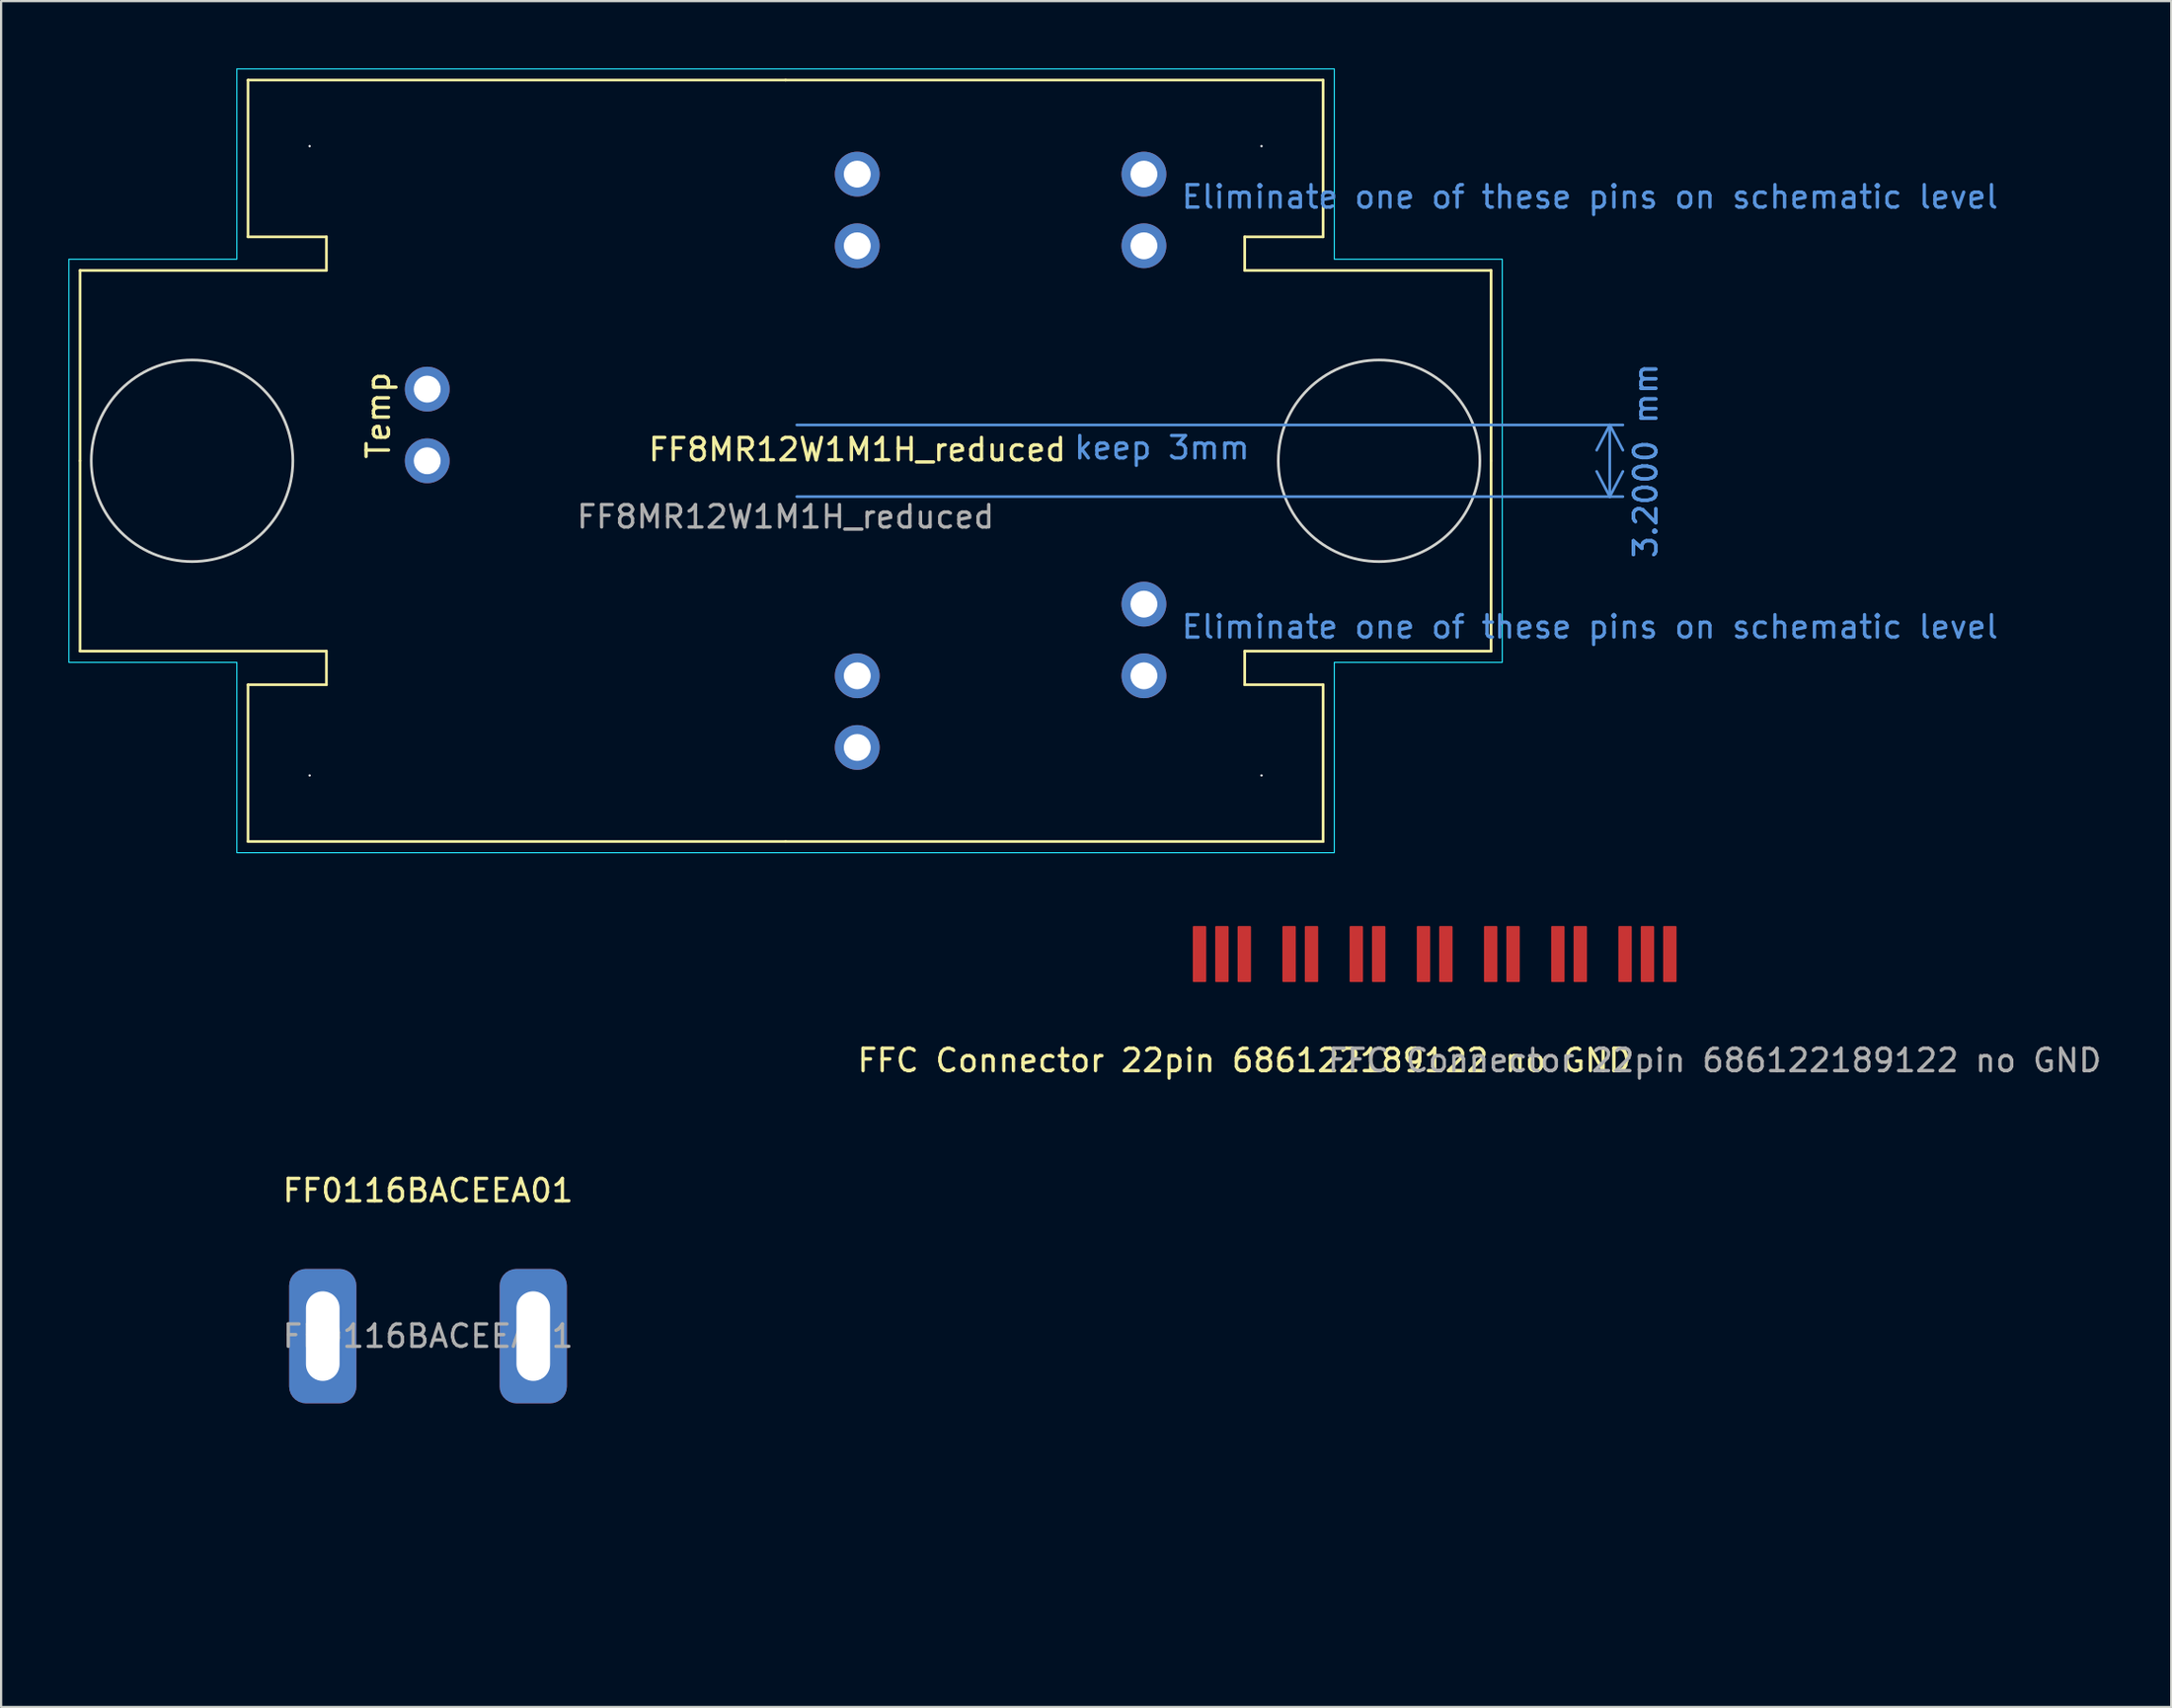
<source format=kicad_pcb>
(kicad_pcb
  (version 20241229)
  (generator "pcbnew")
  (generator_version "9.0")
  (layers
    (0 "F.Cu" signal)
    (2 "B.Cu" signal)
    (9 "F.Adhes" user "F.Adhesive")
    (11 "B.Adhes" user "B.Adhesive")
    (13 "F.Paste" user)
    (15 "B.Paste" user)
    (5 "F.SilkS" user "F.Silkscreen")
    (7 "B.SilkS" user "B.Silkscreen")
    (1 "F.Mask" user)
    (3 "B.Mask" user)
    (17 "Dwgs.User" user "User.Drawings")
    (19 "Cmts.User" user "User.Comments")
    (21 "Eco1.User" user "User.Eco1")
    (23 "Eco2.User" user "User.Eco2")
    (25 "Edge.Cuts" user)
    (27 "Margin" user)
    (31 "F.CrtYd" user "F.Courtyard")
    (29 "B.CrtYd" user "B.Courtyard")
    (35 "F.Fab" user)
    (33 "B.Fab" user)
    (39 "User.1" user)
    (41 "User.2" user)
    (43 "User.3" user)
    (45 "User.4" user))
  (footprint "FFC Connector 22pin 686122189122 no GND"
    (layer "F.Cu")
    (at 49.507 38.3)
    (property "Reference" "FFC Connector 22pin 686122189122 no GND" (at 3 6 0) (unlocked yes) (layer "F.SilkS") (effects (font (size 1 1) (thickness 0.15))))
    (attr smd)
    (fp_line (start 0 0) (end 0 10) (stroke (width 0.12) (type solid)) (layer "User.1"))
    (fp_line (start 0 0) (end 23 0) (stroke (width 0.12) (type solid)) (layer "User.1"))
    (fp_line (start 23 0) (end 23 10) (stroke (width 0.12) (type solid)) (layer "User.1"))
    (fp_rect (start 0 0) (end 23 4.5) (stroke (width 0.12) (type solid)) (fill no) (layer "User.2"))
    (fp_text user "${REFERENCE}" (at 24 6 0) (unlocked yes) (layer "F.Fab") (effects (font (size 1 1) (thickness 0.15))))
    (fp_text user "Total thickness 0.3mm +0.04 -0.01" (at 15.2 3.6 0) (unlocked yes) (layer "User.2") (effects (font (size 0.5 0.5) (thickness 0.125))))
    (fp_text user "Stiffener" (at 3.7 3.6 0) (unlocked yes) (layer "User.2") (effects (font (size 1 1) (thickness 0.15))))
    (pad "1" connect roundrect (at 1 1.25) (size 0.6 2.5) (layers "F.Cu" "F.Mask") (roundrect_rratio 0.071))
    (pad "2" connect roundrect (at 2 1.25) (size 0.6 2.5) (layers "F.Cu" "F.Mask") (roundrect_rratio 0.071))
    (pad "3" connect roundrect (at 3 1.25) (size 0.6 2.5) (layers "F.Cu" "F.Mask") (roundrect_rratio 0.071))
    (pad "5" connect roundrect (at 5 1.25) (size 0.6 2.5) (layers "F.Cu" "F.Mask") (roundrect_rratio 0.071))
    (pad "6" connect roundrect (at 6 1.25) (size 0.6 2.5) (layers "F.Cu" "F.Mask") (roundrect_rratio 0.071))
    (pad "8" connect roundrect (at 8 1.25) (size 0.6 2.5) (layers "F.Cu" "F.Mask") (roundrect_rratio 0.071))
    (pad "9" connect roundrect (at 9 1.25) (size 0.6 2.5) (layers "F.Cu" "F.Mask") (roundrect_rratio 0.071))
    (pad "11" connect roundrect (at 11 1.25) (size 0.6 2.5) (layers "F.Cu" "F.Mask") (roundrect_rratio 0.071))
    (pad "12" connect roundrect (at 12 1.25) (size 0.6 2.5) (layers "F.Cu" "F.Mask") (roundrect_rratio 0.071))
    (pad "14" connect roundrect (at 14 1.25) (size 0.6 2.5) (layers "F.Cu" "F.Mask") (roundrect_rratio 0.071))
    (pad "15" connect roundrect (at 15 1.25) (size 0.6 2.5) (layers "F.Cu" "F.Mask") (roundrect_rratio 0.071))
    (pad "17" connect roundrect (at 17 1.25) (size 0.6 2.5) (layers "F.Cu" "F.Mask") (roundrect_rratio 0.071))
    (pad "18" connect roundrect (at 18 1.25) (size 0.6 2.5) (layers "F.Cu" "F.Mask") (roundrect_rratio 0.071))
    (pad "20" connect roundrect (at 20 1.25) (size 0.6 2.5) (layers "F.Cu" "F.Mask") (roundrect_rratio 0.071))
    (pad "21" connect roundrect (at 21 1.25) (size 0.6 2.5) (layers "F.Cu" "F.Mask") (roundrect_rratio 0.071))
    (pad "22" connect roundrect (at 22 1.25) (size 0.6 2.5) (layers "F.Cu" "F.Mask") (roundrect_rratio 0.071)))
  (footprint "FF8MR12W1M1H_reduced"
    (layer "F.Cu")
    (at 35.225 17.525)
    (property "Reference" "FF8MR12W1M1H_reduced" (at 0 -0.5 0) (unlocked yes) (layer "F.SilkS") (effects (font (size 1 1) (thickness 0.15))))
    (attr through_hole)
    (fp_line (start -34.7 -8.5) (end -23.7 -8.5) (stroke (width 0.12) (type default)) (layer "F.SilkS"))
    (fp_line (start -34.7 0) (end -34.7 -8.5) (stroke (width 0.12) (type default)) (layer "F.SilkS"))
    (fp_line (start -34.7 0) (end -34.7 8.5) (stroke (width 0.12) (type default)) (layer "F.SilkS"))
    (fp_line (start -34.7 8.5) (end -23.7 8.5) (stroke (width 0.12) (type default)) (layer "F.SilkS"))
    (fp_line (start -27.2 -17) (end -3.2 -17) (stroke (width 0.12) (type default)) (layer "F.SilkS"))
    (fp_line (start -27.2 -10) (end -27.2 -17) (stroke (width 0.12) (type default)) (layer "F.SilkS"))
    (fp_line (start -27.2 10) (end -27.2 17) (stroke (width 0.12) (type default)) (layer "F.SilkS"))
    (fp_line (start -27.2 17) (end -3.2 17) (stroke (width 0.12) (type default)) (layer "F.SilkS"))
    (fp_line (start -23.7 -10) (end -27.2 -10) (stroke (width 0.12) (type default)) (layer "F.SilkS"))
    (fp_line (start -23.7 -8.5) (end -23.7 -10) (stroke (width 0.12) (type default)) (layer "F.SilkS"))
    (fp_line (start -23.7 8.5) (end -23.7 10) (stroke (width 0.12) (type default)) (layer "F.SilkS"))
    (fp_line (start -23.7 10) (end -27.2 10) (stroke (width 0.12) (type default)) (layer "F.SilkS"))
    (fp_line (start 17.3 -10) (end 20.8 -10) (stroke (width 0.12) (type default)) (layer "F.SilkS"))
    (fp_line (start 17.3 -8.5) (end 17.3 -10) (stroke (width 0.12) (type default)) (layer "F.SilkS"))
    (fp_line (start 17.3 8.5) (end 17.3 10) (stroke (width 0.12) (type default)) (layer "F.SilkS"))
    (fp_line (start 17.3 10) (end 20.8 10) (stroke (width 0.12) (type default)) (layer "F.SilkS"))
    (fp_line (start 20.8 -17) (end -3.2 -17) (stroke (width 0.12) (type default)) (layer "F.SilkS"))
    (fp_line (start 20.8 -10) (end 20.8 -17) (stroke (width 0.12) (type default)) (layer "F.SilkS"))
    (fp_line (start 20.8 10) (end 20.8 17) (stroke (width 0.12) (type default)) (layer "F.SilkS"))
    (fp_line (start 20.8 17) (end -3.2 17) (stroke (width 0.12) (type default)) (layer "F.SilkS"))
    (fp_line (start 28.3 -8.5) (end 17.3 -8.5) (stroke (width 0.12) (type default)) (layer "F.SilkS"))
    (fp_line (start 28.3 0) (end 28.3 -8.5) (stroke (width 0.12) (type default)) (layer "F.SilkS"))
    (fp_line (start 28.3 0) (end 28.3 8.5) (stroke (width 0.12) (type default)) (layer "F.SilkS"))
    (fp_line (start 28.3 8.5) (end 17.3 8.5) (stroke (width 0.12) (type default)) (layer "F.SilkS"))
    (fp_circle (center -29.7 0) (end -25.2 0) (stroke (width 0.12) (type default)) (fill no) (layer "Edge.Cuts"))
    (fp_circle (center 23.3 0) (end 27.8 0) (stroke (width 0.12) (type default)) (fill no) (layer "Edge.Cuts"))
    (fp_poly (pts (xy -27.7 -9) (xy -27.7 -17.5) (xy 21.3 -17.5) (xy 21.3 -9) (xy 28.8 -9) (xy 28.8 9) (xy 21.3 9) (xy 21.3 17.5) (xy -27.7 17.5) (xy -27.7 9) (xy -35.2 9) (xy -35.2 -9)) (stroke (width 0.05) (type solid)) (fill no) (layer "B.CrtYd"))
    (fp_circle (center -12.8 -12.8) (end -11.8 -12.8) (stroke (width 0.12) (type default)) (fill no) (layer "User.7"))
    (fp_circle (center -12.8 -9.6) (end -11.8 -9.6) (stroke (width 0.12) (type default)) (fill no) (layer "User.7"))
    (fp_circle (center -12.8 6.4) (end -11.8 6.4) (stroke (width 0.12) (type default)) (fill no) (layer "User.7"))
    (fp_circle (center -12.8 9.6) (end -11.8 9.6) (stroke (width 0.12) (type default)) (fill no) (layer "User.7"))
    (fp_circle (center -6.4 0) (end -5.4 0) (stroke (width 0.12) (type default)) (fill no) (layer "User.7"))
    (fp_circle (center 0 0) (end 1 0) (stroke (width 0.12) (type default)) (fill no) (layer "User.7"))
    (fp_circle (center 3.2 0) (end 4.2 0) (stroke (width 0.12) (type default)) (fill no) (layer "User.7"))
    (fp_circle (center 6.4 0) (end 7.4 0) (stroke (width 0.12) (type default)) (fill no) (layer "User.7"))
    (fp_circle (center 12.8 -12.8) (end 13.8 -12.8) (stroke (width 0.12) (type default)) (fill no) (layer "User.7"))
    (fp_circle (center 12.8 -9.6) (end 13.8 -9.6) (stroke (width 0.12) (type default)) (fill no) (layer "User.7"))
    (fp_circle (center 12.8 6.4) (end 13.8 6.4) (stroke (width 0.12) (type default)) (fill no) (layer "User.7"))
    (fp_circle (center 12.8 9.6) (end 13.8 9.6) (stroke (width 0.12) (type default)) (fill no) (layer "User.7"))
    (fp_text user "Temp" (at -20.8 0 90) (unlocked yes) (layer "F.SilkS") (effects (font (size 1 1) (thickness 0.15)) (justify left bottom)))
    (fp_text user "keep 3mm" (at 9.6 0 0) (unlocked yes) (layer "Cmts.User") (effects (font (size 1 1) (thickness 0.15)) (justify left bottom)))
    (fp_text user "Eliminate one of these pins on schematic level" (at 14.4 8 0) (unlocked yes) (layer "Cmts.User") (effects (font (size 1 1) (thickness 0.15)) (justify left bottom)))
    (fp_text user "Eliminate one of these pins on schematic level" (at 14.4 -11.2 0) (unlocked yes) (layer "Cmts.User") (effects (font (size 1 1) (thickness 0.15)) (justify left bottom)))
    (fp_text user "${REFERENCE}" (at -3.2 2.5 0) (unlocked yes) (layer "F.Fab") (effects (font (size 1 1) (thickness 0.15))))
    (dimension (type aligned) (layer "Cmts.User") (pts (xy 32.025 15.925) (xy 32.025 19.125)) (height -36.8) (format (prefix "") (suffix "") (units 3) (units_format 1) (precision 4)) (style (thickness 0.12) (arrow_length 1.27) (text_position_mode 2) (arrow_direction outward) (extension_height 0.586) (extension_offset 0.5) (keep_text_aligned yes)) (gr_text "3.2000 mm" (at 70.425 17.525 90) (layer "Cmts.User") (effects (font (size 1 1) (thickness 0.15)))))
    (pad "" np_thru_hole circle (at -24.45 -14.05 180) (size 0.1 0.1) (drill 2.8) (layers "*.Cu" "*.Mask"))
    (pad "" np_thru_hole circle (at -24.45 14.05) (size 0.1 0.1) (drill 2.8) (layers "*.Cu" "*.Mask"))
    (pad "" np_thru_hole circle (at 18.05 -14.05 180) (size 0.1 0.1) (drill 2.8) (layers "*.Cu" "*.Mask"))
    (pad "" np_thru_hole circle (at 18.05 14.05) (size 0.1 0.1) (drill 2.8) (layers "*.Cu" "*.Mask"))
    (pad "G1" thru_hole circle (at 0 9.6) (size 2 2) (drill 1.2) (layers "*.Cu" "*.Mask"))
    (pad "G2" thru_hole circle (at 0 -9.6) (size 2 2) (drill 1.2) (layers "*.Cu" "*.Mask"))
    (pad "HS1" thru_hole circle (at 0 12.8) (size 2 2) (drill 1.2) (layers "*.Cu" "*.Mask"))
    (pad "HS2" thru_hole circle (at 0 -12.8) (size 2 2) (drill 1.2) (layers "*.Cu" "*.Mask"))
    (pad "P1" thru_hole circle (at 12.8 6.4) (size 2 2) (drill 1.2) (layers "*.Cu" "*.Mask"))
    (pad "P1" thru_hole circle (at 12.8 9.6) (size 2 2) (drill 1.2) (layers "*.Cu" "*.Mask"))
    (pad "X1" thru_hole circle (at 12.8 -12.8) (size 2 2) (drill 1.2) (layers "*.Cu" "*.Mask"))
    (pad "X1" thru_hole circle (at 12.8 -9.6) (size 2 2) (drill 1.2) (layers "*.Cu" "*.Mask"))
    (pad "X2" thru_hole circle (at -19.2 -3.2) (size 2 2) (drill 1.2) (layers "*.Cu" "*.Mask"))
    (pad "X3" thru_hole circle (at -19.2 0) (size 2 2) (drill 1.2) (layers "*.Cu" "*.Mask")))
  (footprint "FF0116BACEEA01"
    (layer "F.Cu")
    (at 16.06 54.11)
    (property "Reference" "FF0116BACEEA01" (at 0 -4 0) (unlocked yes) (layer "F.SilkS") (effects (font (size 1 1) (thickness 0.15))))
    (attr through_hole)
    (fp_circle (center 0 0) (end 16 0) (stroke (width 0.12) (type default)) (fill no) (layer "User.1"))
    (fp_text user "${REFERENCE}" (at 0 2.5 0) (unlocked yes) (layer "F.Fab") (effects (font (size 1 1) (thickness 0.15))))
    (pad "1" thru_hole roundrect (at -4.7 2.5) (size 3 6) (drill oval 1.5 4) (layers "*.Cu" "*.Mask") (roundrect_rratio 0.25))
    (pad "2" thru_hole roundrect (at 4.7 2.5) (size 3 6) (drill oval 1.5 4) (layers "*.Cu" "*.Mask") (roundrect_rratio 0.25)))
  (gr_rect
    (start -3 -3)
    (end 93.894 73.17)
    (stroke (width 0.1) (type default))
    (fill no)
    (layer "Edge.Cuts")))
</source>
